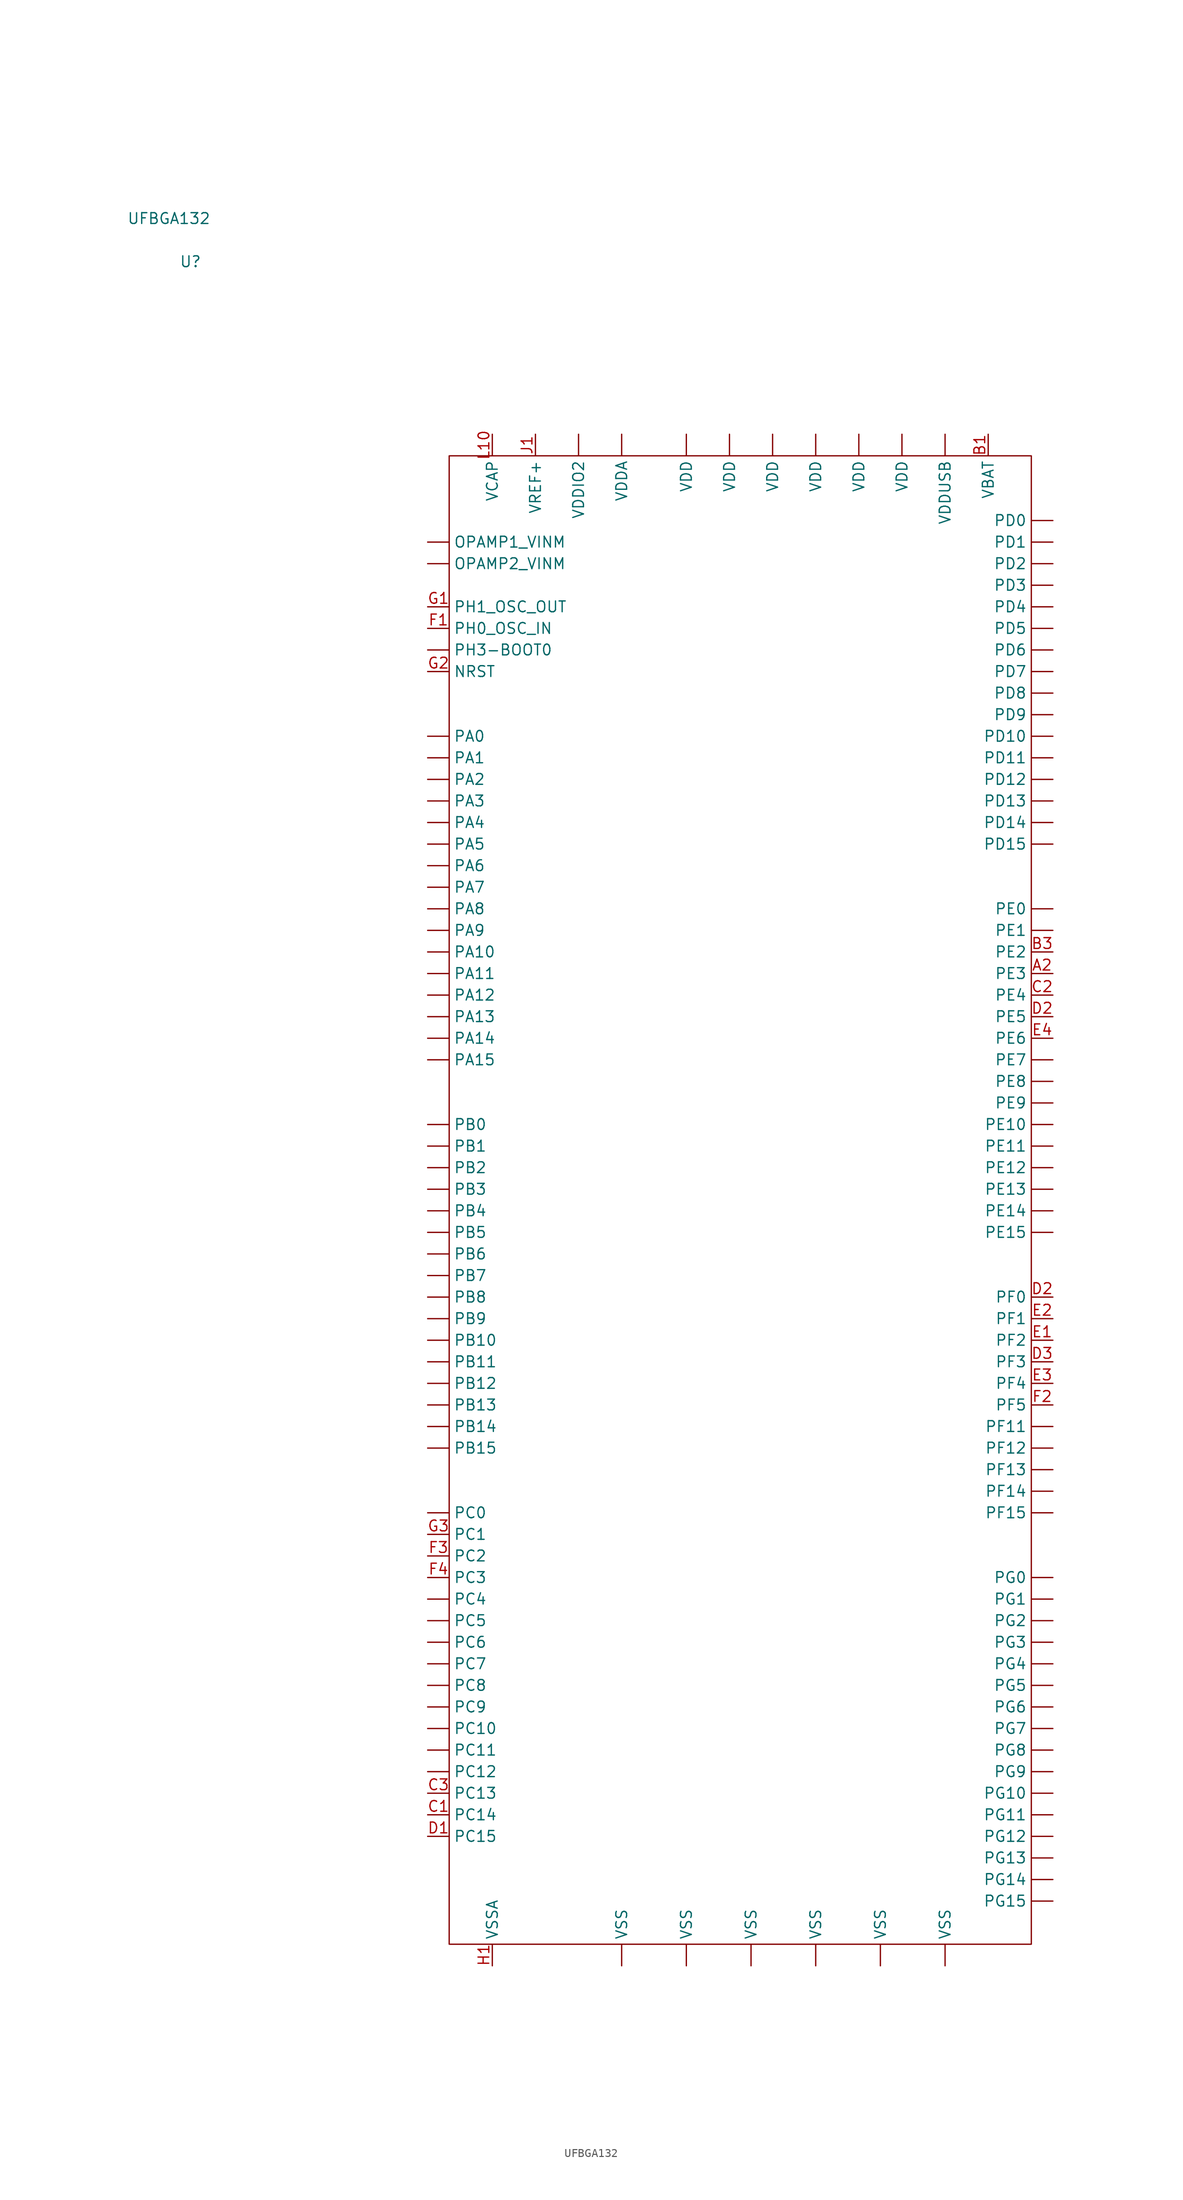
<source format=kicad_sym>
(kicad_symbol_lib
  (version 20211014)
  (generator kicad_symbol_editor)
  (symbol "UFBGA132"
    (property "Reference" "U"
      (at -66.04 124.46 0)
      (effects (font (size 1.27 1.27))))
    (property "Value" "UFBGA132"
      (at -68.58 129.54 0)
      (effects (font (size 1.27 1.27))))
    (symbol "UFBGA132_0_0"
      (pin input line (at -38.1 91.44 0) (length 2.54) (name "OPAMP1_VINM" (effects (font (size 1.27 1.27)))) (number "" (effects (font (size 1.27 1.27)))))
      (pin input line (at -38.1 88.9 0) (length 2.54) (name "OPAMP2_VINM" (effects (font (size 1.27 1.27)))) (number "" (effects (font (size 1.27 1.27)))))
      (pin bidirectional line (at -38.1 68.58 0) (length 2.54) (name "PA0" (effects (font (size 1.27 1.27)))) (number "" (effects (font (size 1.27 1.27)))))
      (pin bidirectional line (at -38.1 66.04 0) (length 2.54) (name "PA1" (effects (font (size 1.27 1.27)))) (number "" (effects (font (size 1.27 1.27)))))
      (pin bidirectional line (at -38.1 43.18 0) (length 2.54) (name "PA10" (effects (font (size 1.27 1.27)))) (number "" (effects (font (size 1.27 1.27)))))
      (pin bidirectional line (at -38.1 40.64 0) (length 2.54) (name "PA11" (effects (font (size 1.27 1.27)))) (number "" (effects (font (size 1.27 1.27)))))
      (pin bidirectional line (at -38.1 38.1 0) (length 2.54) (name "PA12" (effects (font (size 1.27 1.27)))) (number "" (effects (font (size 1.27 1.27)))))
      (pin bidirectional line (at -38.1 35.56 0) (length 2.54) (name "PA13" (effects (font (size 1.27 1.27)))) (number "" (effects (font (size 1.27 1.27)))))
      (pin bidirectional line (at -38.1 33.02 0) (length 2.54) (name "PA14" (effects (font (size 1.27 1.27)))) (number "" (effects (font (size 1.27 1.27)))))
      (pin bidirectional line (at -38.1 30.48 0) (length 2.54) (name "PA15" (effects (font (size 1.27 1.27)))) (number "" (effects (font (size 1.27 1.27)))))
      (pin bidirectional line (at -38.1 63.5 0) (length 2.54) (name "PA2" (effects (font (size 1.27 1.27)))) (number "" (effects (font (size 1.27 1.27)))))
      (pin bidirectional line (at -38.1 60.96 0) (length 2.54) (name "PA3" (effects (font (size 1.27 1.27)))) (number "" (effects (font (size 1.27 1.27)))))
      (pin bidirectional line (at -38.1 58.42 0) (length 2.54) (name "PA4" (effects (font (size 1.27 1.27)))) (number "" (effects (font (size 1.27 1.27)))))
      (pin bidirectional line (at -38.1 55.88 0) (length 2.54) (name "PA5" (effects (font (size 1.27 1.27)))) (number "" (effects (font (size 1.27 1.27)))))
      (pin bidirectional line (at -38.1 53.34 0) (length 2.54) (name "PA6" (effects (font (size 1.27 1.27)))) (number "" (effects (font (size 1.27 1.27)))))
      (pin bidirectional line (at -38.1 50.8 0) (length 2.54) (name "PA7" (effects (font (size 1.27 1.27)))) (number "" (effects (font (size 1.27 1.27)))))
      (pin bidirectional line (at -38.1 48.26 0) (length 2.54) (name "PA8" (effects (font (size 1.27 1.27)))) (number "" (effects (font (size 1.27 1.27)))))
      (pin bidirectional line (at -38.1 45.72 0) (length 2.54) (name "PA9" (effects (font (size 1.27 1.27)))) (number "" (effects (font (size 1.27 1.27)))))
      (pin bidirectional line (at -38.1 22.86 0) (length 2.54) (name "PB0" (effects (font (size 1.27 1.27)))) (number "" (effects (font (size 1.27 1.27)))))
      (pin bidirectional line (at -38.1 20.32 0) (length 2.54) (name "PB1" (effects (font (size 1.27 1.27)))) (number "" (effects (font (size 1.27 1.27)))))
      (pin bidirectional line (at -38.1 -2.54 0) (length 2.54) (name "PB10" (effects (font (size 1.27 1.27)))) (number "" (effects (font (size 1.27 1.27)))))
      (pin bidirectional line (at -38.1 -5.08 0) (length 2.54) (name "PB11" (effects (font (size 1.27 1.27)))) (number "" (effects (font (size 1.27 1.27)))))
      (pin bidirectional line (at -38.1 -7.62 0) (length 2.54) (name "PB12" (effects (font (size 1.27 1.27)))) (number "" (effects (font (size 1.27 1.27)))))
      (pin bidirectional line (at -38.1 -10.16 0) (length 2.54) (name "PB13" (effects (font (size 1.27 1.27)))) (number "" (effects (font (size 1.27 1.27)))))
      (pin bidirectional line (at -38.1 -12.7 0) (length 2.54) (name "PB14" (effects (font (size 1.27 1.27)))) (number "" (effects (font (size 1.27 1.27)))))
      (pin bidirectional line (at -38.1 -15.24 0) (length 2.54) (name "PB15" (effects (font (size 1.27 1.27)))) (number "" (effects (font (size 1.27 1.27)))))
      (pin bidirectional line (at -38.1 17.78 0) (length 2.54) (name "PB2" (effects (font (size 1.27 1.27)))) (number "" (effects (font (size 1.27 1.27)))))
      (pin bidirectional line (at -38.1 15.24 0) (length 2.54) (name "PB3" (effects (font (size 1.27 1.27)))) (number "" (effects (font (size 1.27 1.27)))))
      (pin bidirectional line (at -38.1 12.7 0) (length 2.54) (name "PB4" (effects (font (size 1.27 1.27)))) (number "" (effects (font (size 1.27 1.27)))))
      (pin bidirectional line (at -38.1 10.16 0) (length 2.54) (name "PB5" (effects (font (size 1.27 1.27)))) (number "" (effects (font (size 1.27 1.27)))))
      (pin bidirectional line (at -38.1 7.62 0) (length 2.54) (name "PB6" (effects (font (size 1.27 1.27)))) (number "" (effects (font (size 1.27 1.27)))))
      (pin bidirectional line (at -38.1 5.08 0) (length 2.54) (name "PB7" (effects (font (size 1.27 1.27)))) (number "" (effects (font (size 1.27 1.27)))))
      (pin bidirectional line (at -38.1 2.54 0) (length 2.54) (name "PB8" (effects (font (size 1.27 1.27)))) (number "" (effects (font (size 1.27 1.27)))))
      (pin bidirectional line (at -38.1 0 0) (length 2.54) (name "PB9" (effects (font (size 1.27 1.27)))) (number "" (effects (font (size 1.27 1.27)))))
      (pin bidirectional line (at -38.1 -22.86 0) (length 2.54) (name "PC0" (effects (font (size 1.27 1.27)))) (number "" (effects (font (size 1.27 1.27)))))
      (pin bidirectional line (at -38.1 -48.26 0) (length 2.54) (name "PC10" (effects (font (size 1.27 1.27)))) (number "" (effects (font (size 1.27 1.27)))))
      (pin bidirectional line (at -38.1 -50.8 0) (length 2.54) (name "PC11" (effects (font (size 1.27 1.27)))) (number "" (effects (font (size 1.27 1.27)))))
      (pin bidirectional line (at -38.1 -53.34 0) (length 2.54) (name "PC12" (effects (font (size 1.27 1.27)))) (number "" (effects (font (size 1.27 1.27)))))
      (pin bidirectional line (at -38.1 -33.02 0) (length 2.54) (name "PC4" (effects (font (size 1.27 1.27)))) (number "" (effects (font (size 1.27 1.27)))))
      (pin bidirectional line (at -38.1 -35.56 0) (length 2.54) (name "PC5" (effects (font (size 1.27 1.27)))) (number "" (effects (font (size 1.27 1.27)))))
      (pin bidirectional line (at -38.1 -38.1 0) (length 2.54) (name "PC6" (effects (font (size 1.27 1.27)))) (number "" (effects (font (size 1.27 1.27)))))
      (pin bidirectional line (at -38.1 -40.64 0) (length 2.54) (name "PC7" (effects (font (size 1.27 1.27)))) (number "" (effects (font (size 1.27 1.27)))))
      (pin bidirectional line (at -38.1 -43.18 0) (length 2.54) (name "PC8" (effects (font (size 1.27 1.27)))) (number "" (effects (font (size 1.27 1.27)))))
      (pin bidirectional line (at -38.1 -45.72 0) (length 2.54) (name "PC9" (effects (font (size 1.27 1.27)))) (number "" (effects (font (size 1.27 1.27)))))
      (pin bidirectional line (at 35.56 93.98 180) (length 2.54) (name "PD0" (effects (font (size 1.27 1.27)))) (number "" (effects (font (size 1.27 1.27)))))
      (pin bidirectional line (at 35.56 91.44 180) (length 2.54) (name "PD1" (effects (font (size 1.27 1.27)))) (number "" (effects (font (size 1.27 1.27)))))
      (pin bidirectional line (at 35.56 68.58 180) (length 2.54) (name "PD10" (effects (font (size 1.27 1.27)))) (number "" (effects (font (size 1.27 1.27)))))
      (pin bidirectional line (at 35.56 66.04 180) (length 2.54) (name "PD11" (effects (font (size 1.27 1.27)))) (number "" (effects (font (size 1.27 1.27)))))
      (pin bidirectional line (at 35.56 63.5 180) (length 2.54) (name "PD12" (effects (font (size 1.27 1.27)))) (number "" (effects (font (size 1.27 1.27)))))
      (pin bidirectional line (at 35.56 60.96 180) (length 2.54) (name "PD13" (effects (font (size 1.27 1.27)))) (number "" (effects (font (size 1.27 1.27)))))
      (pin bidirectional line (at 35.56 58.42 180) (length 2.54) (name "PD14" (effects (font (size 1.27 1.27)))) (number "" (effects (font (size 1.27 1.27)))))
      (pin bidirectional line (at 35.56 55.88 180) (length 2.54) (name "PD15" (effects (font (size 1.27 1.27)))) (number "" (effects (font (size 1.27 1.27)))))
      (pin bidirectional line (at 35.56 88.9 180) (length 2.54) (name "PD2" (effects (font (size 1.27 1.27)))) (number "" (effects (font (size 1.27 1.27)))))
      (pin bidirectional line (at 35.56 86.36 180) (length 2.54) (name "PD3" (effects (font (size 1.27 1.27)))) (number "" (effects (font (size 1.27 1.27)))))
      (pin bidirectional line (at 35.56 83.82 180) (length 2.54) (name "PD4" (effects (font (size 1.27 1.27)))) (number "" (effects (font (size 1.27 1.27)))))
      (pin bidirectional line (at 35.56 81.28 180) (length 2.54) (name "PD5" (effects (font (size 1.27 1.27)))) (number "" (effects (font (size 1.27 1.27)))))
      (pin bidirectional line (at 35.56 78.74 180) (length 2.54) (name "PD6" (effects (font (size 1.27 1.27)))) (number "" (effects (font (size 1.27 1.27)))))
      (pin bidirectional line (at 35.56 76.2 180) (length 2.54) (name "PD7" (effects (font (size 1.27 1.27)))) (number "" (effects (font (size 1.27 1.27)))))
      (pin bidirectional line (at 35.56 73.66 180) (length 2.54) (name "PD8" (effects (font (size 1.27 1.27)))) (number "" (effects (font (size 1.27 1.27)))))
      (pin bidirectional line (at 35.56 71.12 180) (length 2.54) (name "PD9" (effects (font (size 1.27 1.27)))) (number "" (effects (font (size 1.27 1.27)))))
      (pin bidirectional line (at 35.56 48.26 180) (length 2.54) (name "PE0" (effects (font (size 1.27 1.27)))) (number "" (effects (font (size 1.27 1.27)))))
      (pin bidirectional line (at 35.56 45.72 180) (length 2.54) (name "PE1" (effects (font (size 1.27 1.27)))) (number "" (effects (font (size 1.27 1.27)))))
      (pin bidirectional line (at 35.56 22.86 180) (length 2.54) (name "PE10" (effects (font (size 1.27 1.27)))) (number "" (effects (font (size 1.27 1.27)))))
      (pin bidirectional line (at 35.56 20.32 180) (length 2.54) (name "PE11" (effects (font (size 1.27 1.27)))) (number "" (effects (font (size 1.27 1.27)))))
      (pin bidirectional line (at 35.56 17.78 180) (length 2.54) (name "PE12" (effects (font (size 1.27 1.27)))) (number "" (effects (font (size 1.27 1.27)))))
      (pin bidirectional line (at 35.56 15.24 180) (length 2.54) (name "PE13" (effects (font (size 1.27 1.27)))) (number "" (effects (font (size 1.27 1.27)))))
      (pin bidirectional line (at 35.56 12.7 180) (length 2.54) (name "PE14" (effects (font (size 1.27 1.27)))) (number "" (effects (font (size 1.27 1.27)))))
      (pin bidirectional line (at 35.56 10.16 180) (length 2.54) (name "PE15" (effects (font (size 1.27 1.27)))) (number "" (effects (font (size 1.27 1.27)))))
      (pin bidirectional line (at 35.56 30.48 180) (length 2.54) (name "PE7" (effects (font (size 1.27 1.27)))) (number "" (effects (font (size 1.27 1.27)))))
      (pin bidirectional line (at 35.56 27.94 180) (length 2.54) (name "PE8" (effects (font (size 1.27 1.27)))) (number "" (effects (font (size 1.27 1.27)))))
      (pin bidirectional line (at 35.56 25.4 180) (length 2.54) (name "PE9" (effects (font (size 1.27 1.27)))) (number "" (effects (font (size 1.27 1.27)))))
      (pin bidirectional line (at 35.56 -12.7 180) (length 2.54) (name "PF11" (effects (font (size 1.27 1.27)))) (number "" (effects (font (size 1.27 1.27)))))
      (pin bidirectional line (at 35.56 -15.24 180) (length 2.54) (name "PF12" (effects (font (size 1.27 1.27)))) (number "" (effects (font (size 1.27 1.27)))))
      (pin bidirectional line (at 35.56 -17.78 180) (length 2.54) (name "PF13" (effects (font (size 1.27 1.27)))) (number "" (effects (font (size 1.27 1.27)))))
      (pin bidirectional line (at 35.56 -20.32 180) (length 2.54) (name "PF14" (effects (font (size 1.27 1.27)))) (number "" (effects (font (size 1.27 1.27)))))
      (pin bidirectional line (at 35.56 -22.86 180) (length 2.54) (name "PF15" (effects (font (size 1.27 1.27)))) (number "" (effects (font (size 1.27 1.27)))))
      (pin bidirectional line (at 35.56 -30.48 180) (length 2.54) (name "PG0" (effects (font (size 1.27 1.27)))) (number "" (effects (font (size 1.27 1.27)))))
      (pin bidirectional line (at 35.56 -33.02 180) (length 2.54) (name "PG1" (effects (font (size 1.27 1.27)))) (number "" (effects (font (size 1.27 1.27)))))
      (pin bidirectional line (at 35.56 -55.88 180) (length 2.54) (name "PG10" (effects (font (size 1.27 1.27)))) (number "" (effects (font (size 1.27 1.27)))))
      (pin bidirectional line (at 35.56 -58.42 180) (length 2.54) (name "PG11" (effects (font (size 1.27 1.27)))) (number "" (effects (font (size 1.27 1.27)))))
      (pin bidirectional line (at 35.56 -60.96 180) (length 2.54) (name "PG12" (effects (font (size 1.27 1.27)))) (number "" (effects (font (size 1.27 1.27)))))
      (pin bidirectional line (at 35.56 -63.5 180) (length 2.54) (name "PG13" (effects (font (size 1.27 1.27)))) (number "" (effects (font (size 1.27 1.27)))))
      (pin bidirectional line (at 35.56 -66.04 180) (length 2.54) (name "PG14" (effects (font (size 1.27 1.27)))) (number "" (effects (font (size 1.27 1.27)))))
      (pin bidirectional line (at 35.56 -68.58 180) (length 2.54) (name "PG15" (effects (font (size 1.27 1.27)))) (number "" (effects (font (size 1.27 1.27)))))
      (pin bidirectional line (at 35.56 -35.56 180) (length 2.54) (name "PG2" (effects (font (size 1.27 1.27)))) (number "" (effects (font (size 1.27 1.27)))))
      (pin bidirectional line (at 35.56 -38.1 180) (length 2.54) (name "PG3" (effects (font (size 1.27 1.27)))) (number "" (effects (font (size 1.27 1.27)))))
      (pin bidirectional line (at 35.56 -40.64 180) (length 2.54) (name "PG4" (effects (font (size 1.27 1.27)))) (number "" (effects (font (size 1.27 1.27)))))
      (pin bidirectional line (at 35.56 -43.18 180) (length 2.54) (name "PG5" (effects (font (size 1.27 1.27)))) (number "" (effects (font (size 1.27 1.27)))))
      (pin bidirectional line (at 35.56 -45.72 180) (length 2.54) (name "PG6" (effects (font (size 1.27 1.27)))) (number "" (effects (font (size 1.27 1.27)))))
      (pin bidirectional line (at 35.56 -48.26 180) (length 2.54) (name "PG7" (effects (font (size 1.27 1.27)))) (number "" (effects (font (size 1.27 1.27)))))
      (pin bidirectional line (at 35.56 -50.8 180) (length 2.54) (name "PG8" (effects (font (size 1.27 1.27)))) (number "" (effects (font (size 1.27 1.27)))))
      (pin bidirectional line (at 35.56 -53.34 180) (length 2.54) (name "PG9" (effects (font (size 1.27 1.27)))) (number "" (effects (font (size 1.27 1.27)))))
      (pin bidirectional line (at -38.1 78.74 0) (length 2.54) (name "PH3-BOOT0" (effects (font (size 1.27 1.27)))) (number "" (effects (font (size 1.27 1.27)))))
      (pin power_in line (at -7.62 104.14 270) (length 2.54) (name "VDD" (effects (font (size 1.27 1.27)))) (number "" (effects (font (size 1.27 1.27)))))
      (pin power_in line (at -2.54 104.14 270) (length 2.54) (name "VDD" (effects (font (size 1.27 1.27)))) (number "" (effects (font (size 1.27 1.27)))))
      (pin power_in line (at 2.54 104.14 270) (length 2.54) (name "VDD" (effects (font (size 1.27 1.27)))) (number "" (effects (font (size 1.27 1.27)))))
      (pin power_in line (at 7.62 104.14 270) (length 2.54) (name "VDD" (effects (font (size 1.27 1.27)))) (number "" (effects (font (size 1.27 1.27)))))
      (pin power_in line (at 12.7 104.14 270) (length 2.54) (name "VDD" (effects (font (size 1.27 1.27)))) (number "" (effects (font (size 1.27 1.27)))))
      (pin power_in line (at -15.24 104.14 270) (length 2.54) (name "VDDA" (effects (font (size 1.27 1.27)))) (number "" (effects (font (size 1.27 1.27)))))
      (pin power_in line (at -20.32 104.14 270) (length 2.54) (name "VDDIO2" (effects (font (size 1.27 1.27)))) (number "" (effects (font (size 1.27 1.27)))))
      (pin power_in line (at 22.86 104.14 270) (length 2.54) (name "VDDUSB" (effects (font (size 1.27 1.27)))) (number "" (effects (font (size 1.27 1.27)))))
      (pin power_out line (at -15.24 -76.2 90) (length 2.54) (name "VSS" (effects (font (size 1.27 1.27)))) (number "" (effects (font (size 1.27 1.27)))))
      (pin power_out line (at -7.62 -76.2 90) (length 2.54) (name "VSS" (effects (font (size 1.27 1.27)))) (number "" (effects (font (size 1.27 1.27)))))
      (pin power_out line (at 0 -76.2 90) (length 2.54) (name "VSS" (effects (font (size 1.27 1.27)))) (number "" (effects (font (size 1.27 1.27)))))
      (pin power_out line (at 7.62 -76.2 90) (length 2.54) (name "VSS" (effects (font (size 1.27 1.27)))) (number "" (effects (font (size 1.27 1.27)))))
      (pin power_out line (at 15.24 -76.2 90) (length 2.54) (name "VSS" (effects (font (size 1.27 1.27)))) (number "" (effects (font (size 1.27 1.27)))))
      (pin bidirectional line (at 35.56 2.54 180) (length 2.54) (name "PF0" (effects (font (size 1.27 1.27)))) (number "D2" (effects (font (size 1.27 1.27)))))
      (pin bidirectional line (at -38.1 -27.94 0) (length 2.54) (name "PC2" (effects (font (size 1.27 1.27)))) (number "F3" (effects (font (size 1.27 1.27)))))
      (pin bidirectional line (at -38.1 -30.48 0) (length 2.54) (name "PC3" (effects (font (size 1.27 1.27)))) (number "F4" (effects (font (size 1.27 1.27)))))
      (pin bidirectional line (at -38.1 76.2 0) (length 2.54) (name "NRST" (effects (font (size 1.27 1.27)))) (number "G2" (effects (font (size 1.27 1.27)))))
      (pin bidirectional line (at -38.1 -25.4 0) (length 2.54) (name "PC1" (effects (font (size 1.27 1.27)))) (number "G3" (effects (font (size 1.27 1.27)))))
      (pin power_out line (at -30.48 -76.2 90) (length 2.54) (name "VSSA" (effects (font (size 1.27 1.27)))) (number "H1" (effects (font (size 1.27 1.27)))))
      (pin power_in line (at -25.4 104.14 270) (length 2.54) (name "VREF+" (effects (font (size 1.27 1.27)))) (number "J1" (effects (font (size 1.27 1.27)))))
      (pin power_in line (at -30.48 104.14 270) (length 2.54) (name "VCAP" (effects (font (size 1.27 1.27)))) (number "L10" (effects (font (size 1.27 1.27))))))
    (symbol "UFBGA132_0_1"
      (rectangle (start -35.56 101.6) (end 33.02 -73.66) (stroke (width 0) (type default) (color 0 0 0 0)) (fill (type none))))
    (symbol "UFBGA132_1_1"
      (pin power_in line (at 17.78 104.14 270) (length 2.54) (name "VDD" (effects (font (size 1.27 1.27)))) (number "" (effects (font (size 1.27 1.27)))))
      (pin power_out line (at 22.86 -76.2 90) (length 2.54) (name "VSS" (effects (font (size 1.27 1.27)))) (number "" (effects (font (size 1.27 1.27)))))
      (pin bidirectional line (at 35.56 40.64 180) (length 2.54) (name "PE3" (effects (font (size 1.27 1.27)))) (number "A2" (effects (font (size 1.27 1.27)))))
      (pin power_in line (at 27.94 104.14 270) (length 2.54) (name "VBAT" (effects (font (size 1.27 1.27)))) (number "B1" (effects (font (size 1.27 1.27)))))
      (pin bidirectional line (at 35.56 43.18 180) (length 2.54) (name "PE2" (effects (font (size 1.27 1.27)))) (number "B3" (effects (font (size 1.27 1.27)))))
      (pin bidirectional line (at -38.1 -58.42 0) (length 2.54) (name "PC14" (effects (font (size 1.27 1.27)))) (number "C1" (effects (font (size 1.27 1.27)))))
      (pin bidirectional line (at 35.56 38.1 180) (length 2.54) (name "PE4" (effects (font (size 1.27 1.27)))) (number "C2" (effects (font (size 1.27 1.27)))))
      (pin bidirectional line (at -38.1 -55.88 0) (length 2.54) (name "PC13" (effects (font (size 1.27 1.27)))) (number "C3" (effects (font (size 1.27 1.27)))))
      (pin bidirectional line (at -38.1 -60.96 0) (length 2.54) (name "PC15" (effects (font (size 1.27 1.27)))) (number "D1" (effects (font (size 1.27 1.27)))))
      (pin bidirectional line (at 35.56 35.56 180) (length 2.54) (name "PE5" (effects (font (size 1.27 1.27)))) (number "D2" (effects (font (size 1.27 1.27)))))
      (pin bidirectional line (at 35.56 -5.08 180) (length 2.54) (name "PF3" (effects (font (size 1.27 1.27)))) (number "D3" (effects (font (size 1.27 1.27)))))
      (pin bidirectional line (at 35.56 -2.54 180) (length 2.54) (name "PF2" (effects (font (size 1.27 1.27)))) (number "E1" (effects (font (size 1.27 1.27)))))
      (pin bidirectional line (at 35.56 0 180) (length 2.54) (name "PF1" (effects (font (size 1.27 1.27)))) (number "E2" (effects (font (size 1.27 1.27)))))
      (pin bidirectional line (at 35.56 -7.62 180) (length 2.54) (name "PF4" (effects (font (size 1.27 1.27)))) (number "E3" (effects (font (size 1.27 1.27)))))
      (pin bidirectional line (at 35.56 33.02 180) (length 2.54) (name "PE6" (effects (font (size 1.27 1.27)))) (number "E4" (effects (font (size 1.27 1.27)))))
      (pin bidirectional line (at -38.1 81.28 0) (length 2.54) (name "PH0_OSC_IN" (effects (font (size 1.27 1.27)))) (number "F1" (effects (font (size 1.27 1.27)))))
      (pin bidirectional line (at 35.56 -10.16 180) (length 2.54) (name "PF5" (effects (font (size 1.27 1.27)))) (number "F2" (effects (font (size 1.27 1.27)))))
      (pin bidirectional line (at -38.1 83.82 0) (length 2.54) (name "PH1_OSC_OUT" (effects (font (size 1.27 1.27)))) (number "G1" (effects (font (size 1.27 1.27))))))))
</source>
